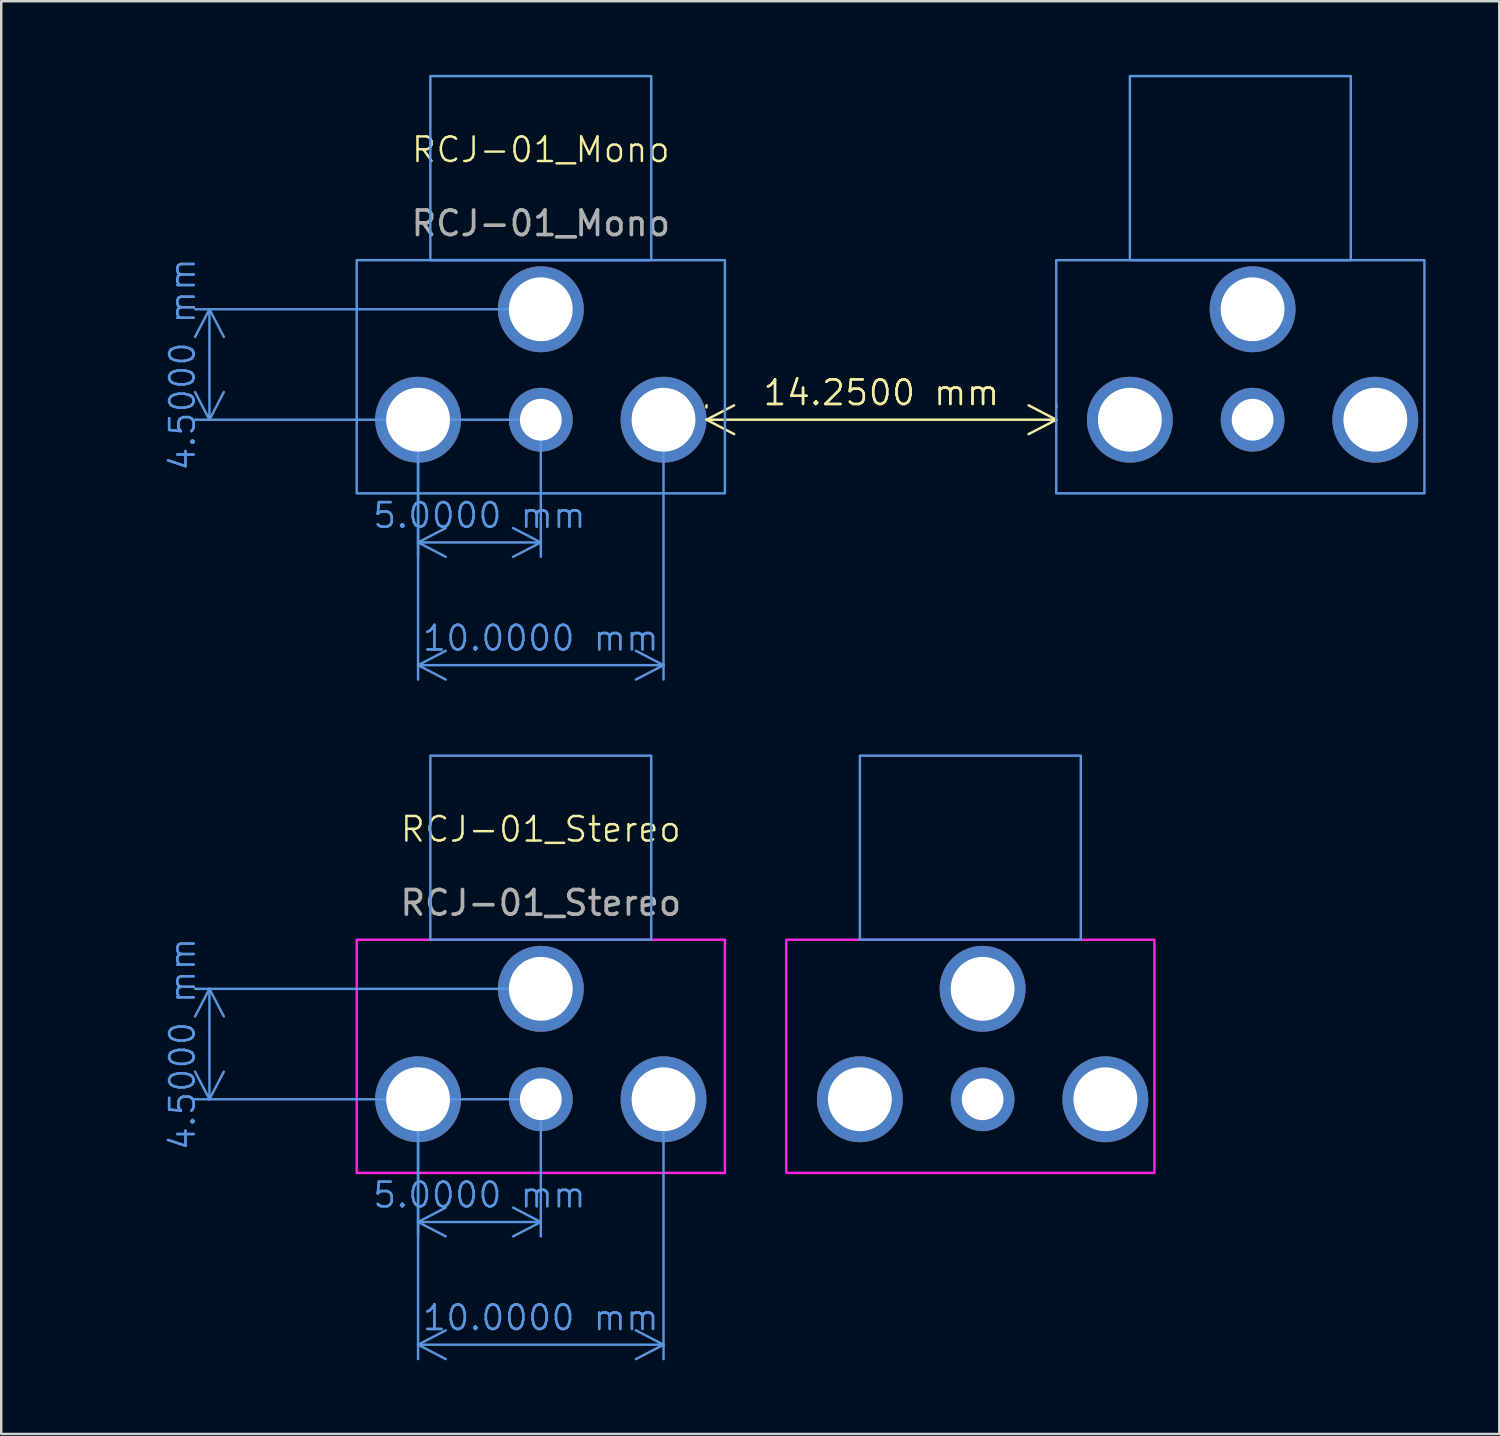
<source format=kicad_pcb>
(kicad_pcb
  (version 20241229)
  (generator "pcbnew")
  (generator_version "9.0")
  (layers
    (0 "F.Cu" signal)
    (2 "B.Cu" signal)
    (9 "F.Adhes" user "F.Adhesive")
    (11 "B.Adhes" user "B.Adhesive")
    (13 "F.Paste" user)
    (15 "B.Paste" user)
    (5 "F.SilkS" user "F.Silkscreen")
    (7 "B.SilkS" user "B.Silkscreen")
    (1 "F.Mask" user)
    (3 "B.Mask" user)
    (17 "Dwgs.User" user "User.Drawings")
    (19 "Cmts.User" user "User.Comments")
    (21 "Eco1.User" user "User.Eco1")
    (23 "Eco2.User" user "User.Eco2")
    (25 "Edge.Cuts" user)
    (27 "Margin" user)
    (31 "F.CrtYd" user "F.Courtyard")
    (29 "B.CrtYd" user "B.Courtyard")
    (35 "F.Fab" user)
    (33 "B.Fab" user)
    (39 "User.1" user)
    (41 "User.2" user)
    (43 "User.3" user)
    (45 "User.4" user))
  (footprint "RCJ-01_Mono"
    (layer "F.Cu")
    (at 18.983 3.55)
    (property "Reference" "RCJ-01_Mono" (at 0 -0.5 0) (unlocked yes) (layer "F.SilkS") (effects (font (size 1 1) (thickness 0.1))))
    (attr through_hole)
    (fp_rect (start -7.5 4) (end 7.5 13.5) (stroke (width 0.1) (type default)) (fill no) (layer "Cmts.User"))
    (fp_rect (start -4.5 -3.5) (end 4.5 4) (stroke (width 0.1) (type default)) (fill no) (layer "Cmts.User"))
    (fp_rect (start 21 4) (end 36 13.5) (stroke (width 0.1) (type default)) (fill no) (layer "Cmts.User"))
    (fp_rect (start 24 -3.5) (end 33 4) (stroke (width 0.1) (type default)) (fill no) (layer "Cmts.User"))
    (fp_text user "${REFERENCE}" (at 0 2.5 0) (unlocked yes) (layer "F.Fab") (effects (font (size 1 1) (thickness 0.15))))
    (dimension (type aligned) (layer "F.SilkS") (pts (xy 25.733 14.05) (xy 39.983 14.05)) (height 0) (format (prefix "") (suffix "") (units 3) (units_format 1) (precision 4)) (style (thickness 0.1) (arrow_length 1.27) (text_position_mode 0) (arrow_direction outward) (extension_height 0.586) (extension_offset 0.5) (keep_text_aligned yes)) (gr_text "14.2500 mm" (at 32.858 12.95 0) (layer "F.SilkS") (effects (font (size 1 1) (thickness 0.1)))))
    (dimension (type aligned) (layer "Cmts.User") (pts (xy 18.983 9.55) (xy 18.983 14.05)) (height 13.5) (format (prefix "") (suffix "") (units 3) (units_format 1) (precision 4)) (style (thickness 0.1) (arrow_length 1.27) (text_position_mode 0) (arrow_direction outward) (extension_height 0.586) (extension_offset 0.5) (keep_text_aligned yes)) (gr_text "4.5000 mm" (at 4.383 11.8 90) (layer "Cmts.User") (effects (font (size 1 1) (thickness 0.1)))))
    (dimension (type aligned) (layer "Cmts.User") (pts (xy 13.983 14.05) (xy 18.983 14.05)) (height 5) (format (prefix "") (suffix "") (units 3) (units_format 1) (precision 4)) (style (thickness 0.1) (arrow_length 1.27) (text_position_mode 0) (arrow_direction outward) (extension_height 0.586) (extension_offset 0.5) (keep_text_aligned yes)) (gr_text "5.0000 mm" (at 16.483 17.95 0) (layer "Cmts.User") (effects (font (size 1 1) (thickness 0.1)))))
    (dimension (type aligned) (layer "Cmts.User") (pts (xy 13.983 14.05) (xy 23.983 14.05)) (height 10) (format (prefix "") (suffix "") (units 3) (units_format 1) (precision 4)) (style (thickness 0.1) (arrow_length 1.27) (text_position_mode 0) (arrow_direction outward) (extension_height 0.586) (extension_offset 0.5) (keep_text_aligned yes)) (gr_text "10.0000 mm" (at 18.983 22.95 0) (layer "Cmts.User") (effects (font (size 1 1) (thickness 0.1)))))
    (pad "1" thru_hole circle (at -5 10.5) (size 3.5 3.5) (drill 2.6) (layers "*.Cu" "*.Mask"))
    (pad "1" thru_hole circle (at 0 6) (size 3.5 3.5) (drill 2.6) (layers "*.Cu" "*.Mask"))
    (pad "1" thru_hole circle (at 5 10.5) (size 3.5 3.5) (drill 2.6) (layers "*.Cu" "*.Mask"))
    (pad "1" thru_hole circle (at 24 10.5) (size 3.5 3.5) (drill 2.6) (layers "*.Cu" "*.Mask"))
    (pad "1" thru_hole circle (at 29 6) (size 3.5 3.5) (drill 2.6) (layers "*.Cu" "*.Mask"))
    (pad "1" thru_hole circle (at 34 10.5) (size 3.5 3.5) (drill 2.6) (layers "*.Cu" "*.Mask"))
    (pad "2" thru_hole circle (at 0 10.5) (size 2.6 2.6) (drill 1.7) (layers "*.Cu" "*.Mask"))
    (pad "2" thru_hole circle (at 29 10.5) (size 2.6 2.6) (drill 1.7) (layers "*.Cu" "*.Mask")))
  (footprint "RCJ-01_Stereo"
    (layer "F.Cu")
    (at 18.983 31.236)
    (property "Reference" "RCJ-01_Stereo" (at 0 -0.5 0) (unlocked yes) (layer "F.SilkS") (effects (font (size 1 1) (thickness 0.1))))
    (attr through_hole)
    (fp_rect (start -4.5 -3.5) (end 4.5 4) (stroke (width 0.1) (type default)) (fill no) (layer "Cmts.User"))
    (fp_rect (start 13 -3.5) (end 22 4) (stroke (width 0.1) (type default)) (fill no) (layer "Cmts.User"))
    (fp_rect (start -7.5 4) (end 7.5 13.5) (stroke (width 0.1) (type default)) (fill no) (layer "F.CrtYd"))
    (fp_rect (start 10 4) (end 25 13.5) (stroke (width 0.1) (type default)) (fill no) (layer "F.CrtYd"))
    (fp_text user "${REFERENCE}" (at 0 2.5 0) (unlocked yes) (layer "F.Fab") (effects (font (size 1 1) (thickness 0.15))))
    (dimension (type aligned) (layer "Cmts.User") (pts (xy 13.983 41.736) (xy 23.983 41.736)) (height 10) (format (prefix "") (suffix "") (units 3) (units_format 1) (precision 4)) (style (thickness 0.1) (arrow_length 1.27) (text_position_mode 0) (arrow_direction outward) (extension_height 0.586) (extension_offset 0.5) (keep_text_aligned yes)) (gr_text "10.0000 mm" (at 18.983 50.636 0) (layer "Cmts.User") (effects (font (size 1 1) (thickness 0.1)))))
    (dimension (type aligned) (layer "Cmts.User") (pts (xy 13.983 41.736) (xy 18.983 41.736)) (height 5) (format (prefix "") (suffix "") (units 3) (units_format 1) (precision 4)) (style (thickness 0.1) (arrow_length 1.27) (text_position_mode 0) (arrow_direction outward) (extension_height 0.586) (extension_offset 0.5) (keep_text_aligned yes)) (gr_text "5.0000 mm" (at 16.483 45.636 0) (layer "Cmts.User") (effects (font (size 1 1) (thickness 0.1)))))
    (dimension (type aligned) (layer "Cmts.User") (pts (xy 18.983 37.236) (xy 18.983 41.736)) (height 13.5) (format (prefix "") (suffix "") (units 3) (units_format 1) (precision 4)) (style (thickness 0.1) (arrow_length 1.27) (text_position_mode 0) (arrow_direction outward) (extension_height 0.586) (extension_offset 0.5) (keep_text_aligned yes)) (gr_text "4.5000 mm" (at 4.383 39.486 90) (layer "Cmts.User") (effects (font (size 1 1) (thickness 0.1)))))
    (pad "1" thru_hole circle (at 0 10.5) (size 2.6 2.6) (drill 1.7) (layers "*.Cu" "*.Mask"))
    (pad "2" thru_hole circle (at 18 10.5) (size 2.6 2.6) (drill 1.7) (layers "*.Cu" "*.Mask"))
    (pad "3" thru_hole circle (at -5 10.5) (size 3.5 3.5) (drill 2.6) (layers "*.Cu" "*.Mask"))
    (pad "3" thru_hole circle (at 0 6) (size 3.5 3.5) (drill 2.6) (layers "*.Cu" "*.Mask"))
    (pad "3" thru_hole circle (at 5 10.5) (size 3.5 3.5) (drill 2.6) (layers "*.Cu" "*.Mask"))
    (pad "3" thru_hole circle (at 13 10.5) (size 3.5 3.5) (drill 2.6) (layers "*.Cu" "*.Mask"))
    (pad "3" thru_hole circle (at 18 6) (size 3.5 3.5) (drill 2.6) (layers "*.Cu" "*.Mask"))
    (pad "3" thru_hole circle (at 23 10.5) (size 3.5 3.5) (drill 2.6) (layers "*.Cu" "*.Mask")))
  (gr_rect
    (start -3 -3)
    (end 58.033 55.373)
    (stroke (width 0.1) (type default))
    (fill no)
    (layer "Edge.Cuts")))
</source>
